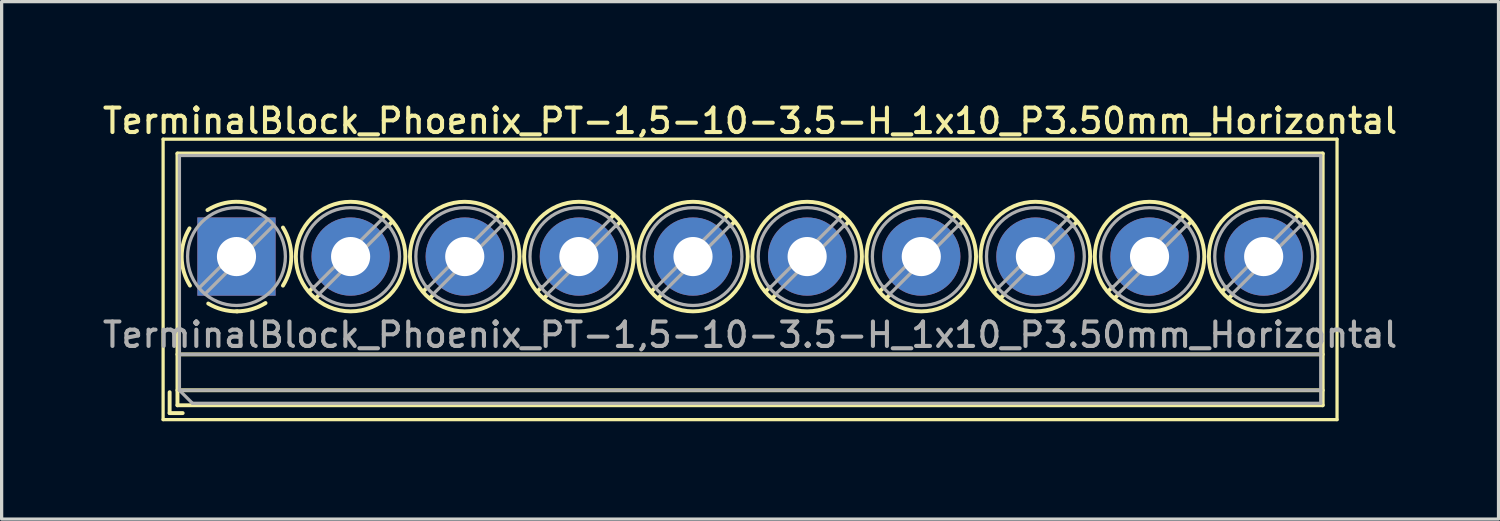
<source format=kicad_pcb>
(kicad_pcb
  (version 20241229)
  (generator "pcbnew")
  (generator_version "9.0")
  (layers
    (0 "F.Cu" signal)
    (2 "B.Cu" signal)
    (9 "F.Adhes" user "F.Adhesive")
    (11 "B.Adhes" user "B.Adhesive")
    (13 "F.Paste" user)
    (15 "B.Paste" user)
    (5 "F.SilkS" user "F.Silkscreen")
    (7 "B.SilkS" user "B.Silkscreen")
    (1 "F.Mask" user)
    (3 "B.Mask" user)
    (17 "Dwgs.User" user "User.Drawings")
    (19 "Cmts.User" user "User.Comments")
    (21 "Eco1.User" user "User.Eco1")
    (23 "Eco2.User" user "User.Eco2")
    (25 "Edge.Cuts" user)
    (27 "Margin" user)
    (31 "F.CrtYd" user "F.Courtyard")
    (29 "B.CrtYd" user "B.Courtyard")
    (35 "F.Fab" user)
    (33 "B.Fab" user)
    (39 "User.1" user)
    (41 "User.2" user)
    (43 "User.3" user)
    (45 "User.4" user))
  (footprint "TerminalBlock_Phoenix_PT-1,5-10-3.5-H_1x10_P3.50mm_Horizontal"
    (layer "F.Cu")
    (at 4.202 4.818)
    (property "Reference" "TerminalBlock_Phoenix_PT-1,5-10-3.5-H_1x10_P3.50mm_Horizontal" (at 15.75 -4.16 0) (layer "F.SilkS") (effects (font (size 0.75 0.75) (thickness 0.125))))
    (attr through_hole)
    (fp_line (start -2.25 -3.6) (end -2.25 5) (stroke (width 0.1) (type solid)) (layer "F.SilkS"))
    (fp_line (start -2.25 5) (end 33.75 5) (stroke (width 0.1) (type solid)) (layer "F.SilkS"))
    (fp_line (start -2.05 4.16) (end -2.05 4.8) (stroke (width 0.12) (type solid)) (layer "F.SilkS"))
    (fp_line (start -2.05 4.8) (end -1.65 4.8) (stroke (width 0.12) (type solid)) (layer "F.SilkS"))
    (fp_line (start -1.81 -3.16) (end -1.81 4.56) (stroke (width 0.12) (type solid)) (layer "F.SilkS"))
    (fp_line (start -1.81 -3.16) (end 33.31 -3.16) (stroke (width 0.12) (type solid)) (layer "F.SilkS"))
    (fp_line (start -1.81 3) (end 33.31 3) (stroke (width 0.12) (type solid)) (layer "F.SilkS"))
    (fp_line (start -1.81 4.1) (end 33.31 4.1) (stroke (width 0.12) (type solid)) (layer "F.SilkS"))
    (fp_line (start -1.81 4.56) (end 33.31 4.56) (stroke (width 0.12) (type solid)) (layer "F.SilkS"))
    (fp_line (start 2.355 0.941) (end 2.226 1.069) (stroke (width 0.12) (type solid)) (layer "F.SilkS"))
    (fp_line (start 2.525 1.181) (end 2.431 1.274) (stroke (width 0.12) (type solid)) (layer "F.SilkS"))
    (fp_line (start 4.57 -1.275) (end 4.476 -1.181) (stroke (width 0.12) (type solid)) (layer "F.SilkS"))
    (fp_line (start 4.775 -1.069) (end 4.646 -0.941) (stroke (width 0.12) (type solid)) (layer "F.SilkS"))
    (fp_line (start 5.855 0.941) (end 5.726 1.069) (stroke (width 0.12) (type solid)) (layer "F.SilkS"))
    (fp_line (start 6.025 1.181) (end 5.931 1.274) (stroke (width 0.12) (type solid)) (layer "F.SilkS"))
    (fp_line (start 8.07 -1.275) (end 7.976 -1.181) (stroke (width 0.12) (type solid)) (layer "F.SilkS"))
    (fp_line (start 8.275 -1.069) (end 8.146 -0.941) (stroke (width 0.12) (type solid)) (layer "F.SilkS"))
    (fp_line (start 9.355 0.941) (end 9.226 1.069) (stroke (width 0.12) (type solid)) (layer "F.SilkS"))
    (fp_line (start 9.525 1.181) (end 9.431 1.274) (stroke (width 0.12) (type solid)) (layer "F.SilkS"))
    (fp_line (start 11.57 -1.275) (end 11.476 -1.181) (stroke (width 0.12) (type solid)) (layer "F.SilkS"))
    (fp_line (start 11.775 -1.069) (end 11.646 -0.941) (stroke (width 0.12) (type solid)) (layer "F.SilkS"))
    (fp_line (start 12.855 0.941) (end 12.726 1.069) (stroke (width 0.12) (type solid)) (layer "F.SilkS"))
    (fp_line (start 13.025 1.181) (end 12.931 1.274) (stroke (width 0.12) (type solid)) (layer "F.SilkS"))
    (fp_line (start 15.07 -1.275) (end 14.976 -1.181) (stroke (width 0.12) (type solid)) (layer "F.SilkS"))
    (fp_line (start 15.275 -1.069) (end 15.146 -0.941) (stroke (width 0.12) (type solid)) (layer "F.SilkS"))
    (fp_line (start 16.355 0.941) (end 16.226 1.069) (stroke (width 0.12) (type solid)) (layer "F.SilkS"))
    (fp_line (start 16.525 1.181) (end 16.431 1.274) (stroke (width 0.12) (type solid)) (layer "F.SilkS"))
    (fp_line (start 18.57 -1.275) (end 18.476 -1.181) (stroke (width 0.12) (type solid)) (layer "F.SilkS"))
    (fp_line (start 18.775 -1.069) (end 18.646 -0.941) (stroke (width 0.12) (type solid)) (layer "F.SilkS"))
    (fp_line (start 19.855 0.941) (end 19.726 1.069) (stroke (width 0.12) (type solid)) (layer "F.SilkS"))
    (fp_line (start 20.025 1.181) (end 19.931 1.274) (stroke (width 0.12) (type solid)) (layer "F.SilkS"))
    (fp_line (start 22.07 -1.275) (end 21.976 -1.181) (stroke (width 0.12) (type solid)) (layer "F.SilkS"))
    (fp_line (start 22.275 -1.069) (end 22.146 -0.941) (stroke (width 0.12) (type solid)) (layer "F.SilkS"))
    (fp_line (start 23.355 0.941) (end 23.226 1.069) (stroke (width 0.12) (type solid)) (layer "F.SilkS"))
    (fp_line (start 23.525 1.181) (end 23.431 1.274) (stroke (width 0.12) (type solid)) (layer "F.SilkS"))
    (fp_line (start 25.57 -1.275) (end 25.476 -1.181) (stroke (width 0.12) (type solid)) (layer "F.SilkS"))
    (fp_line (start 25.775 -1.069) (end 25.646 -0.941) (stroke (width 0.12) (type solid)) (layer "F.SilkS"))
    (fp_line (start 26.855 0.941) (end 26.726 1.069) (stroke (width 0.12) (type solid)) (layer "F.SilkS"))
    (fp_line (start 27.025 1.181) (end 26.931 1.274) (stroke (width 0.12) (type solid)) (layer "F.SilkS"))
    (fp_line (start 29.07 -1.275) (end 28.976 -1.181) (stroke (width 0.12) (type solid)) (layer "F.SilkS"))
    (fp_line (start 29.275 -1.069) (end 29.146 -0.941) (stroke (width 0.12) (type solid)) (layer "F.SilkS"))
    (fp_line (start 30.355 0.941) (end 30.226 1.069) (stroke (width 0.12) (type solid)) (layer "F.SilkS"))
    (fp_line (start 30.525 1.181) (end 30.431 1.274) (stroke (width 0.12) (type solid)) (layer "F.SilkS"))
    (fp_line (start 32.57 -1.275) (end 32.476 -1.181) (stroke (width 0.12) (type solid)) (layer "F.SilkS"))
    (fp_line (start 32.775 -1.069) (end 32.646 -0.941) (stroke (width 0.12) (type solid)) (layer "F.SilkS"))
    (fp_line (start 33.31 -3.16) (end 33.31 4.56) (stroke (width 0.12) (type solid)) (layer "F.SilkS"))
    (fp_line (start 33.75 -3.6) (end -2.25 -3.6) (stroke (width 0.1) (type solid)) (layer "F.SilkS"))
    (fp_line (start 33.75 5) (end 33.75 -3.6) (stroke (width 0.1) (type solid)) (layer "F.SilkS"))
    (fp_arc (start -1.425358 0.889894) (mid -1.680286 0.014012) (end -1.44 -0.866) (stroke (width 0.12) (type solid)) (layer "F.SilkS"))
    (fp_arc (start -0.889894 -1.425358) (mid -0.014012 -1.680286) (end 0.866 -1.44) (stroke (width 0.12) (type solid)) (layer "F.SilkS"))
    (fp_arc (start 0.028674 1.680099) (mid -0.435535 1.622918) (end -0.866 1.44) (stroke (width 0.12) (type solid)) (layer "F.SilkS"))
    (fp_arc (start 0.890264 1.424721) (mid 0.463071 1.61492) (end 0 1.68) (stroke (width 0.12) (type solid)) (layer "F.SilkS"))
    (fp_arc (start 1.425504 -0.890193) (mid 1.680626 0.000476) (end 1.425 0.891) (stroke (width 0.12) (type solid)) (layer "F.SilkS"))
    (fp_circle (center 3.5 0) (end 5.18 0) (stroke (width 0.12) (type solid)) (fill no) (layer "F.SilkS"))
    (fp_circle (center 7 0) (end 8.68 0) (stroke (width 0.12) (type solid)) (fill no) (layer "F.SilkS"))
    (fp_circle (center 10.5 0) (end 12.18 0) (stroke (width 0.12) (type solid)) (fill no) (layer "F.SilkS"))
    (fp_circle (center 14 0) (end 15.68 0) (stroke (width 0.12) (type solid)) (fill no) (layer "F.SilkS"))
    (fp_circle (center 17.5 0) (end 19.18 0) (stroke (width 0.12) (type solid)) (fill no) (layer "F.SilkS"))
    (fp_circle (center 21 0) (end 22.68 0) (stroke (width 0.12) (type solid)) (fill no) (layer "F.SilkS"))
    (fp_circle (center 24.5 0) (end 26.18 0) (stroke (width 0.12) (type solid)) (fill no) (layer "F.SilkS"))
    (fp_circle (center 28 0) (end 29.68 0) (stroke (width 0.12) (type solid)) (fill no) (layer "F.SilkS"))
    (fp_circle (center 31.5 0) (end 33.18 0) (stroke (width 0.12) (type solid)) (fill no) (layer "F.SilkS"))
    (fp_line (start -1.75 -3.1) (end 33.25 -3.1) (stroke (width 0.1) (type solid)) (layer "F.Fab"))
    (fp_line (start -1.75 3) (end 33.25 3) (stroke (width 0.1) (type solid)) (layer "F.Fab"))
    (fp_line (start -1.75 4.1) (end -1.75 -3.1) (stroke (width 0.1) (type solid)) (layer "F.Fab"))
    (fp_line (start -1.75 4.1) (end 33.25 4.1) (stroke (width 0.1) (type solid)) (layer "F.Fab"))
    (fp_line (start -1.35 4.5) (end -1.75 4.1) (stroke (width 0.1) (type solid)) (layer "F.Fab"))
    (fp_line (start 0.955 -1.138) (end -1.138 0.955) (stroke (width 0.1) (type solid)) (layer "F.Fab"))
    (fp_line (start 1.138 -0.955) (end -0.955 1.138) (stroke (width 0.1) (type solid)) (layer "F.Fab"))
    (fp_line (start 4.455 -1.138) (end 2.363 0.955) (stroke (width 0.1) (type solid)) (layer "F.Fab"))
    (fp_line (start 4.638 -0.955) (end 2.546 1.138) (stroke (width 0.1) (type solid)) (layer "F.Fab"))
    (fp_line (start 7.955 -1.138) (end 5.863 0.955) (stroke (width 0.1) (type solid)) (layer "F.Fab"))
    (fp_line (start 8.138 -0.955) (end 6.046 1.138) (stroke (width 0.1) (type solid)) (layer "F.Fab"))
    (fp_line (start 11.455 -1.138) (end 9.363 0.955) (stroke (width 0.1) (type solid)) (layer "F.Fab"))
    (fp_line (start 11.638 -0.955) (end 9.546 1.138) (stroke (width 0.1) (type solid)) (layer "F.Fab"))
    (fp_line (start 14.955 -1.138) (end 12.863 0.955) (stroke (width 0.1) (type solid)) (layer "F.Fab"))
    (fp_line (start 15.138 -0.955) (end 13.046 1.138) (stroke (width 0.1) (type solid)) (layer "F.Fab"))
    (fp_line (start 18.455 -1.138) (end 16.363 0.955) (stroke (width 0.1) (type solid)) (layer "F.Fab"))
    (fp_line (start 18.638 -0.955) (end 16.546 1.138) (stroke (width 0.1) (type solid)) (layer "F.Fab"))
    (fp_line (start 21.955 -1.138) (end 19.863 0.955) (stroke (width 0.1) (type solid)) (layer "F.Fab"))
    (fp_line (start 22.138 -0.955) (end 20.046 1.138) (stroke (width 0.1) (type solid)) (layer "F.Fab"))
    (fp_line (start 25.455 -1.138) (end 23.363 0.955) (stroke (width 0.1) (type solid)) (layer "F.Fab"))
    (fp_line (start 25.638 -0.955) (end 23.546 1.138) (stroke (width 0.1) (type solid)) (layer "F.Fab"))
    (fp_line (start 28.955 -1.138) (end 26.863 0.955) (stroke (width 0.1) (type solid)) (layer "F.Fab"))
    (fp_line (start 29.138 -0.955) (end 27.046 1.138) (stroke (width 0.1) (type solid)) (layer "F.Fab"))
    (fp_line (start 32.455 -1.138) (end 30.363 0.955) (stroke (width 0.1) (type solid)) (layer "F.Fab"))
    (fp_line (start 32.638 -0.955) (end 30.546 1.138) (stroke (width 0.1) (type solid)) (layer "F.Fab"))
    (fp_line (start 33.25 -3.1) (end 33.25 4.5) (stroke (width 0.1) (type solid)) (layer "F.Fab"))
    (fp_line (start 33.25 4.5) (end -1.35 4.5) (stroke (width 0.1) (type solid)) (layer "F.Fab"))
    (fp_circle (center 0 0) (end 1.5 0) (stroke (width 0.1) (type solid)) (fill no) (layer "F.Fab"))
    (fp_circle (center 3.5 0) (end 5 0) (stroke (width 0.1) (type solid)) (fill no) (layer "F.Fab"))
    (fp_circle (center 7 0) (end 8.5 0) (stroke (width 0.1) (type solid)) (fill no) (layer "F.Fab"))
    (fp_circle (center 10.5 0) (end 12 0) (stroke (width 0.1) (type solid)) (fill no) (layer "F.Fab"))
    (fp_circle (center 14 0) (end 15.5 0) (stroke (width 0.1) (type solid)) (fill no) (layer "F.Fab"))
    (fp_circle (center 17.5 0) (end 19 0) (stroke (width 0.1) (type solid)) (fill no) (layer "F.Fab"))
    (fp_circle (center 21 0) (end 22.5 0) (stroke (width 0.1) (type solid)) (fill no) (layer "F.Fab"))
    (fp_circle (center 24.5 0) (end 26 0) (stroke (width 0.1) (type solid)) (fill no) (layer "F.Fab"))
    (fp_circle (center 28 0) (end 29.5 0) (stroke (width 0.1) (type solid)) (fill no) (layer "F.Fab"))
    (fp_circle (center 31.5 0) (end 33 0) (stroke (width 0.1) (type solid)) (fill no) (layer "F.Fab"))
    (fp_text user "${REFERENCE}" (at 15.75 2.4 0) (layer "F.Fab") (effects (font (size 0.75 0.75) (thickness 0.125))))
    (pad "1" thru_hole rect (at 0 0) (size 2.4 2.4) (drill 1.2) (layers "*.Cu" "*.Mask"))
    (pad "2" thru_hole circle (at 3.5 0) (size 2.4 2.4) (drill 1.2) (layers "*.Cu" "*.Mask"))
    (pad "3" thru_hole circle (at 7 0) (size 2.4 2.4) (drill 1.2) (layers "*.Cu" "*.Mask"))
    (pad "4" thru_hole circle (at 10.5 0) (size 2.4 2.4) (drill 1.2) (layers "*.Cu" "*.Mask"))
    (pad "5" thru_hole circle (at 14 0) (size 2.4 2.4) (drill 1.2) (layers "*.Cu" "*.Mask"))
    (pad "6" thru_hole circle (at 17.5 0) (size 2.4 2.4) (drill 1.2) (layers "*.Cu" "*.Mask"))
    (pad "7" thru_hole circle (at 21 0) (size 2.4 2.4) (drill 1.2) (layers "*.Cu" "*.Mask"))
    (pad "8" thru_hole circle (at 24.5 0) (size 2.4 2.4) (drill 1.2) (layers "*.Cu" "*.Mask"))
    (pad "9" thru_hole circle (at 28 0) (size 2.4 2.4) (drill 1.2) (layers "*.Cu" "*.Mask"))
    (pad "10" thru_hole circle (at 31.5 0) (size 2.4 2.4) (drill 1.2) (layers "*.Cu" "*.Mask")))
  (gr_rect
    (start -3 -3)
    (end 42.904 12.868)
    (stroke (width 0.1) (type default))
    (fill no)
    (layer "Edge.Cuts")))
</source>
